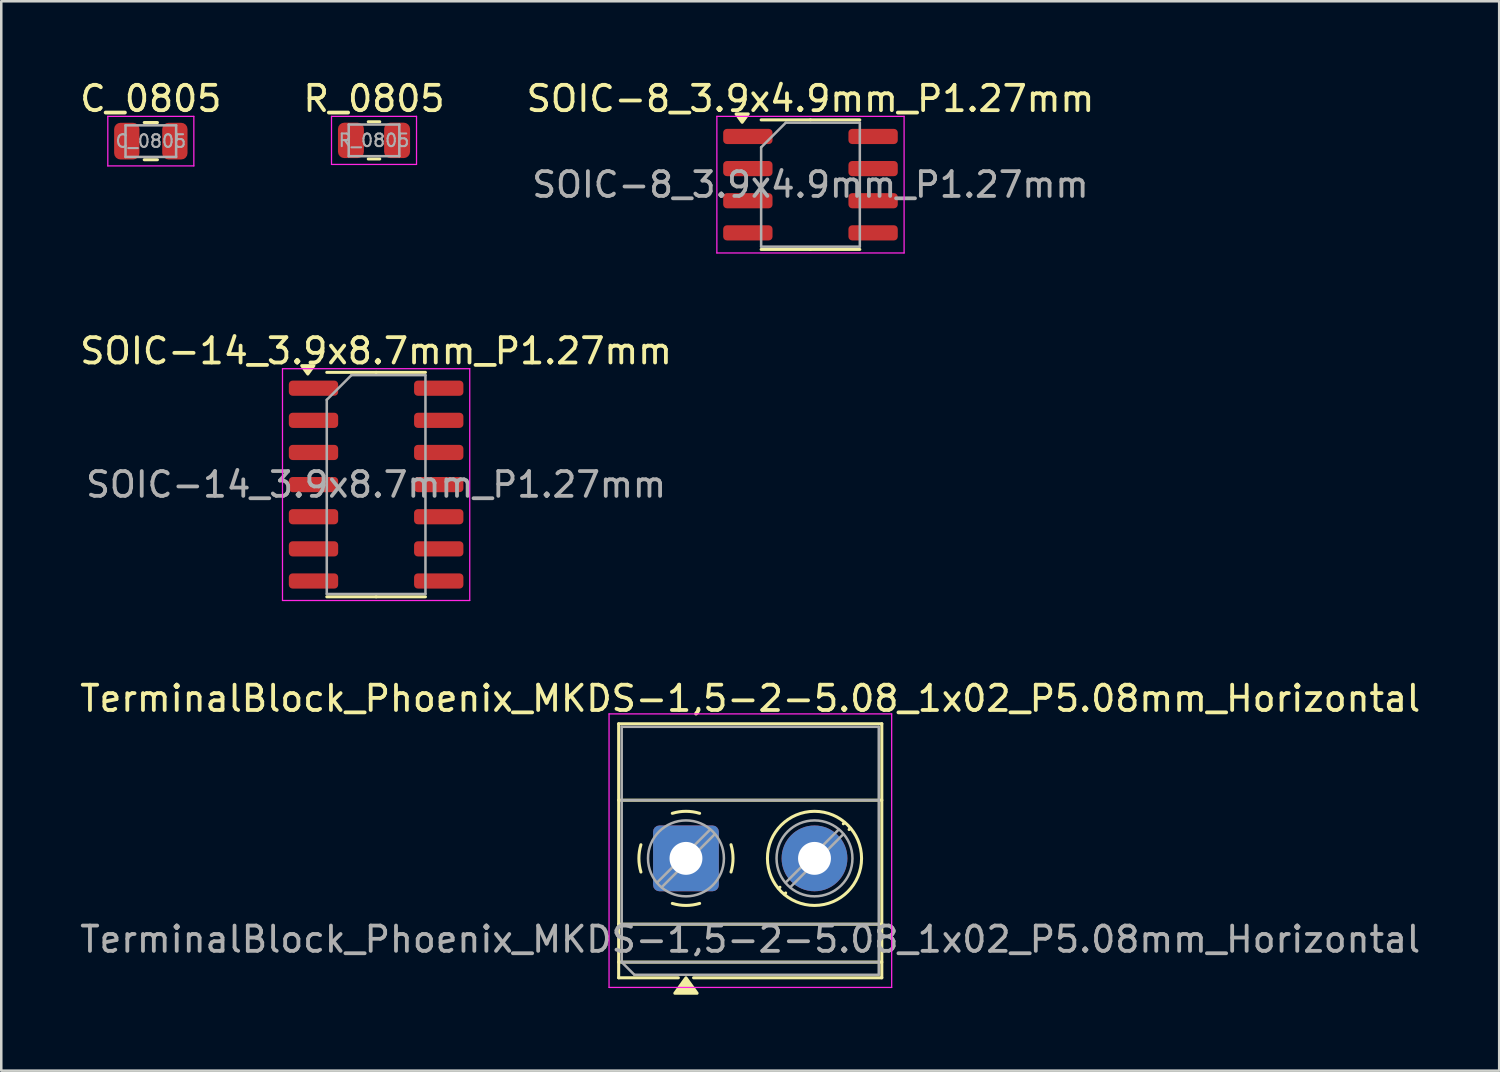
<source format=kicad_pcb>
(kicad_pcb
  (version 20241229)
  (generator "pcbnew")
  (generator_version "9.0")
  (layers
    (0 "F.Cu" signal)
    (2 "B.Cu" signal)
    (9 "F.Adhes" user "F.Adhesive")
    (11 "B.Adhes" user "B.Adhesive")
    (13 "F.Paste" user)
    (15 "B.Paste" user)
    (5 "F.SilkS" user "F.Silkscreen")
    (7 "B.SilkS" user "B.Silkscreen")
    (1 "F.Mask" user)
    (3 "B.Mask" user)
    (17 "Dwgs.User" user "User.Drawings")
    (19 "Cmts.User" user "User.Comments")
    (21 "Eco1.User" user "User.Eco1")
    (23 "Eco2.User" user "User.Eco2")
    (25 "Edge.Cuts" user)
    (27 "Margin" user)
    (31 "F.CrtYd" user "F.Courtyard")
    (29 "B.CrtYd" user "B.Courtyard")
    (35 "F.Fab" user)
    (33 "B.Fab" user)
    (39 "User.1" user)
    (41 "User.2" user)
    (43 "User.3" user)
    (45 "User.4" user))
  (footprint "C_0805"
    (layer "F.Cu")
    (at 2.911 2.528)
    (property "Reference" "C_0805" (at 0 -1.68 0) (layer "F.SilkS") (effects (font (size 1 1) (thickness 0.15))))
    (attr smd)
    (fp_line (start -0.261 -0.735) (end 0.261 -0.735) (stroke (width 0.12) (type solid)) (layer "F.SilkS"))
    (fp_line (start -0.261 0.735) (end 0.261 0.735) (stroke (width 0.12) (type solid)) (layer "F.SilkS"))
    (fp_line (start -1.7 -0.98) (end 1.7 -0.98) (stroke (width 0.05) (type solid)) (layer "F.CrtYd"))
    (fp_line (start -1.7 0.98) (end -1.7 -0.98) (stroke (width 0.05) (type solid)) (layer "F.CrtYd"))
    (fp_line (start 1.7 -0.98) (end 1.7 0.98) (stroke (width 0.05) (type solid)) (layer "F.CrtYd"))
    (fp_line (start 1.7 0.98) (end -1.7 0.98) (stroke (width 0.05) (type solid)) (layer "F.CrtYd"))
    (fp_line (start -1 -0.625) (end 1 -0.625) (stroke (width 0.1) (type solid)) (layer "F.Fab"))
    (fp_line (start -1 0.625) (end -1 -0.625) (stroke (width 0.1) (type solid)) (layer "F.Fab"))
    (fp_line (start 1 -0.625) (end 1 0.625) (stroke (width 0.1) (type solid)) (layer "F.Fab"))
    (fp_line (start 1 0.625) (end -1 0.625) (stroke (width 0.1) (type solid)) (layer "F.Fab"))
    (fp_text user "${REFERENCE}" (at 0 0 0) (layer "F.Fab") (effects (font (size 0.5 0.5) (thickness 0.08))))
    (pad "1" smd roundrect (at -0.95 0) (size 1 1.45) (layers "F.Cu" "F.Mask" "F.Paste") (roundrect_rratio 0.25))
    (pad "2" smd roundrect (at 0.95 0) (size 1 1.45) (layers "F.Cu" "F.Mask" "F.Paste") (roundrect_rratio 0.25)))
  (footprint "SOIC-8_3.9x4.9mm_P1.27mm"
    (layer "F.Cu")
    (at 28.982 4.248)
    (property "Reference" "SOIC-8_3.9x4.9mm_P1.27mm" (at 0 -3.4 0) (layer "F.SilkS") (effects (font (size 1 1) (thickness 0.15))))
    (attr smd)
    (fp_line (start 0 -2.56) (end -1.95 -2.56) (stroke (width 0.12) (type solid)) (layer "F.SilkS"))
    (fp_line (start 0 -2.56) (end 1.95 -2.56) (stroke (width 0.12) (type solid)) (layer "F.SilkS"))
    (fp_line (start 0 2.56) (end -1.95 2.56) (stroke (width 0.12) (type solid)) (layer "F.SilkS"))
    (fp_line (start 0 2.56) (end 1.95 2.56) (stroke (width 0.12) (type solid)) (layer "F.SilkS"))
    (fp_poly (pts (xy -2.7 -2.465) (xy -2.94 -2.795) (xy -2.46 -2.795) (xy -2.7 -2.465)) (stroke (width 0.12) (type solid)) (fill yes) (layer "F.SilkS"))
    (fp_line (start -3.7 -2.7) (end -3.7 2.7) (stroke (width 0.05) (type solid)) (layer "F.CrtYd"))
    (fp_line (start -3.7 2.7) (end 3.7 2.7) (stroke (width 0.05) (type solid)) (layer "F.CrtYd"))
    (fp_line (start 3.7 -2.7) (end -3.7 -2.7) (stroke (width 0.05) (type solid)) (layer "F.CrtYd"))
    (fp_line (start 3.7 2.7) (end 3.7 -2.7) (stroke (width 0.05) (type solid)) (layer "F.CrtYd"))
    (fp_line (start -1.95 -1.475) (end -0.975 -2.45) (stroke (width 0.1) (type solid)) (layer "F.Fab"))
    (fp_line (start -1.95 2.45) (end -1.95 -1.475) (stroke (width 0.1) (type solid)) (layer "F.Fab"))
    (fp_line (start -0.975 -2.45) (end 1.95 -2.45) (stroke (width 0.1) (type solid)) (layer "F.Fab"))
    (fp_line (start 1.95 -2.45) (end 1.95 2.45) (stroke (width 0.1) (type solid)) (layer "F.Fab"))
    (fp_line (start 1.95 2.45) (end -1.95 2.45) (stroke (width 0.1) (type solid)) (layer "F.Fab"))
    (fp_text user "${REFERENCE}" (at 0 0 0) (layer "F.Fab") (effects (font (size 0.98 0.98) (thickness 0.15))))
    (pad "1" smd roundrect (at -2.475 -1.905) (size 1.95 0.6) (layers "F.Cu" "F.Mask" "F.Paste") (roundrect_rratio 0.25))
    (pad "2" smd roundrect (at -2.475 -0.635) (size 1.95 0.6) (layers "F.Cu" "F.Mask" "F.Paste") (roundrect_rratio 0.25))
    (pad "3" smd roundrect (at -2.475 0.635) (size 1.95 0.6) (layers "F.Cu" "F.Mask" "F.Paste") (roundrect_rratio 0.25))
    (pad "4" smd roundrect (at -2.475 1.905) (size 1.95 0.6) (layers "F.Cu" "F.Mask" "F.Paste") (roundrect_rratio 0.25))
    (pad "5" smd roundrect (at 2.475 1.905) (size 1.95 0.6) (layers "F.Cu" "F.Mask" "F.Paste") (roundrect_rratio 0.25))
    (pad "6" smd roundrect (at 2.475 0.635) (size 1.95 0.6) (layers "F.Cu" "F.Mask" "F.Paste") (roundrect_rratio 0.25))
    (pad "7" smd roundrect (at 2.475 -0.635) (size 1.95 0.6) (layers "F.Cu" "F.Mask" "F.Paste") (roundrect_rratio 0.25))
    (pad "8" smd roundrect (at 2.475 -1.905) (size 1.95 0.6) (layers "F.Cu" "F.Mask" "F.Paste") (roundrect_rratio 0.25)))
  (footprint "TerminalBlock_Phoenix_MKDS-1,5-2-5.08_1x02_P5.08mm_Horizontal"
    (layer "F.Cu")
    (at 24.061 30.875)
    (property "Reference" "TerminalBlock_Phoenix_MKDS-1,5-2-5.08_1x02_P5.08mm_Horizontal" (at 2.54 -6.32 0) (layer "F.SilkS") (effects (font (size 1 1) (thickness 0.15))))
    (attr through_hole)
    (fp_line (start -2.66 -5.32) (end -2.66 4.72) (stroke (width 0.12) (type solid)) (layer "F.SilkS"))
    (fp_line (start -2.66 -5.32) (end 7.74 -5.32) (stroke (width 0.12) (type solid)) (layer "F.SilkS"))
    (fp_line (start -2.66 -2.3) (end 7.74 -2.3) (stroke (width 0.12) (type solid)) (layer "F.SilkS"))
    (fp_line (start -2.66 2.6) (end 7.74 2.6) (stroke (width 0.12) (type solid)) (layer "F.SilkS"))
    (fp_line (start -2.66 4.1) (end 7.74 4.1) (stroke (width 0.12) (type solid)) (layer "F.SilkS"))
    (fp_line (start -2.66 4.72) (end -0.3 4.72) (stroke (width 0.12) (type solid)) (layer "F.SilkS"))
    (fp_line (start 0.3 4.72) (end 7.74 4.72) (stroke (width 0.12) (type solid)) (layer "F.SilkS"))
    (fp_line (start 3.713 1.14) (end 3.669 1.183) (stroke (width 0.12) (type solid)) (layer "F.SilkS"))
    (fp_line (start 3.94 1.367) (end 3.896 1.41) (stroke (width 0.12) (type solid)) (layer "F.SilkS"))
    (fp_line (start 6.264 -1.411) (end 6.22 -1.367) (stroke (width 0.12) (type solid)) (layer "F.SilkS"))
    (fp_line (start 6.491 -1.184) (end 6.447 -1.14) (stroke (width 0.12) (type solid)) (layer "F.SilkS"))
    (fp_line (start 7.74 -5.32) (end 7.74 4.72) (stroke (width 0.12) (type solid)) (layer "F.SilkS"))
    (fp_arc (start -1.78 0.54) (mid -1.860107 0.000355) (end -1.780206 -0.539321) (stroke (width 0.12) (type solid)) (layer "F.SilkS"))
    (fp_arc (start -0.54 -1.78) (mid -0.000355 -1.860107) (end 0.539321 -1.780206) (stroke (width 0.12) (type solid)) (layer "F.SilkS"))
    (fp_arc (start 0.54 1.78) (mid 0.000355 1.860107) (end -0.539321 1.780206) (stroke (width 0.12) (type solid)) (layer "F.SilkS"))
    (fp_arc (start 1.78 -0.54) (mid 1.860107 -0.000355) (end 1.780206 0.539321) (stroke (width 0.12) (type solid)) (layer "F.SilkS"))
    (fp_circle (center 5.08 0) (end 6.94 0) (stroke (width 0.12) (type solid)) (fill no) (layer "F.SilkS"))
    (fp_poly (pts (xy 0 4.72) (xy 0.44 5.33) (xy -0.44 5.33) (xy 0 4.72)) (stroke (width 0.12) (type solid)) (fill yes) (layer "F.SilkS"))
    (fp_line (start -3.04 -5.71) (end -3.04 5.1) (stroke (width 0.05) (type solid)) (layer "F.CrtYd"))
    (fp_line (start -3.04 5.1) (end 8.13 5.1) (stroke (width 0.05) (type solid)) (layer "F.CrtYd"))
    (fp_line (start 8.13 -5.71) (end -3.04 -5.71) (stroke (width 0.05) (type solid)) (layer "F.CrtYd"))
    (fp_line (start 8.13 5.1) (end 8.13 -5.71) (stroke (width 0.05) (type solid)) (layer "F.CrtYd"))
    (fp_line (start -2.54 -5.2) (end 7.62 -5.2) (stroke (width 0.1) (type solid)) (layer "F.Fab"))
    (fp_line (start -2.54 -2.3) (end 7.62 -2.3) (stroke (width 0.1) (type solid)) (layer "F.Fab"))
    (fp_line (start -2.54 2.6) (end 7.62 2.6) (stroke (width 0.1) (type solid)) (layer "F.Fab"))
    (fp_line (start -2.54 4.1) (end -2.54 -5.2) (stroke (width 0.1) (type solid)) (layer "F.Fab"))
    (fp_line (start -2.54 4.1) (end 7.62 4.1) (stroke (width 0.1) (type solid)) (layer "F.Fab"))
    (fp_line (start -2.04 4.6) (end -2.54 4.1) (stroke (width 0.1) (type solid)) (layer "F.Fab"))
    (fp_line (start 0.955 -1.138) (end -1.138 0.954) (stroke (width 0.1) (type solid)) (layer "F.Fab"))
    (fp_line (start 1.138 -0.954) (end -0.955 1.137) (stroke (width 0.1) (type solid)) (layer "F.Fab"))
    (fp_line (start 6.035 -1.138) (end 3.942 0.954) (stroke (width 0.1) (type solid)) (layer "F.Fab"))
    (fp_line (start 6.218 -0.954) (end 4.125 1.137) (stroke (width 0.1) (type solid)) (layer "F.Fab"))
    (fp_line (start 7.62 -5.2) (end 7.62 4.6) (stroke (width 0.1) (type solid)) (layer "F.Fab"))
    (fp_line (start 7.62 4.6) (end -2.04 4.6) (stroke (width 0.1) (type solid)) (layer "F.Fab"))
    (fp_circle (center 0 0) (end 1.5 0) (stroke (width 0.1) (type solid)) (fill no) (layer "F.Fab"))
    (fp_circle (center 5.08 0) (end 6.58 0) (stroke (width 0.1) (type solid)) (fill no) (layer "F.Fab"))
    (fp_text user "${REFERENCE}" (at 2.54 3.2 0) (layer "F.Fab") (effects (font (size 1 1) (thickness 0.15))))
    (pad "1" thru_hole roundrect (at 0 0) (size 2.6 2.6) (drill 1.3) (layers "*.Cu" "*.Mask") (roundrect_rratio 0.096))
    (pad "2" thru_hole circle (at 5.08 0) (size 2.6 2.6) (drill 1.3) (layers "*.Cu" "*.Mask")))
  (footprint "SOIC-14_3.9x8.7mm_P1.27mm"
    (layer "F.Cu")
    (at 11.815 16.102)
    (property "Reference" "SOIC-14_3.9x8.7mm_P1.27mm" (at 0 -5.28 0) (layer "F.SilkS") (effects (font (size 1 1) (thickness 0.15))))
    (attr smd)
    (fp_line (start 0 -4.435) (end -1.95 -4.435) (stroke (width 0.12) (type solid)) (layer "F.SilkS"))
    (fp_line (start 0 -4.435) (end 1.95 -4.435) (stroke (width 0.12) (type solid)) (layer "F.SilkS"))
    (fp_line (start 0 4.435) (end -1.95 4.435) (stroke (width 0.12) (type solid)) (layer "F.SilkS"))
    (fp_line (start 0 4.435) (end 1.95 4.435) (stroke (width 0.12) (type solid)) (layer "F.SilkS"))
    (fp_poly (pts (xy -2.7 -4.37) (xy -2.94 -4.7) (xy -2.46 -4.7) (xy -2.7 -4.37)) (stroke (width 0.12) (type solid)) (fill yes) (layer "F.SilkS"))
    (fp_line (start -3.7 -4.58) (end -3.7 4.58) (stroke (width 0.05) (type solid)) (layer "F.CrtYd"))
    (fp_line (start -3.7 4.58) (end 3.7 4.58) (stroke (width 0.05) (type solid)) (layer "F.CrtYd"))
    (fp_line (start 3.7 -4.58) (end -3.7 -4.58) (stroke (width 0.05) (type solid)) (layer "F.CrtYd"))
    (fp_line (start 3.7 4.58) (end 3.7 -4.58) (stroke (width 0.05) (type solid)) (layer "F.CrtYd"))
    (fp_line (start -1.95 -3.35) (end -0.975 -4.325) (stroke (width 0.1) (type solid)) (layer "F.Fab"))
    (fp_line (start -1.95 4.325) (end -1.95 -3.35) (stroke (width 0.1) (type solid)) (layer "F.Fab"))
    (fp_line (start -0.975 -4.325) (end 1.95 -4.325) (stroke (width 0.1) (type solid)) (layer "F.Fab"))
    (fp_line (start 1.95 -4.325) (end 1.95 4.325) (stroke (width 0.1) (type solid)) (layer "F.Fab"))
    (fp_line (start 1.95 4.325) (end -1.95 4.325) (stroke (width 0.1) (type solid)) (layer "F.Fab"))
    (fp_text user "${REFERENCE}" (at 0 0 0) (layer "F.Fab") (effects (font (size 0.98 0.98) (thickness 0.15))))
    (pad "1" smd roundrect (at -2.475 -3.81) (size 1.95 0.6) (layers "F.Cu" "F.Mask" "F.Paste") (roundrect_rratio 0.25))
    (pad "2" smd roundrect (at -2.475 -2.54) (size 1.95 0.6) (layers "F.Cu" "F.Mask" "F.Paste") (roundrect_rratio 0.25))
    (pad "3" smd roundrect (at -2.475 -1.27) (size 1.95 0.6) (layers "F.Cu" "F.Mask" "F.Paste") (roundrect_rratio 0.25))
    (pad "4" smd roundrect (at -2.475 0) (size 1.95 0.6) (layers "F.Cu" "F.Mask" "F.Paste") (roundrect_rratio 0.25))
    (pad "5" smd roundrect (at -2.475 1.27) (size 1.95 0.6) (layers "F.Cu" "F.Mask" "F.Paste") (roundrect_rratio 0.25))
    (pad "6" smd roundrect (at -2.475 2.54) (size 1.95 0.6) (layers "F.Cu" "F.Mask" "F.Paste") (roundrect_rratio 0.25))
    (pad "7" smd roundrect (at -2.475 3.81) (size 1.95 0.6) (layers "F.Cu" "F.Mask" "F.Paste") (roundrect_rratio 0.25))
    (pad "8" smd roundrect (at 2.475 3.81) (size 1.95 0.6) (layers "F.Cu" "F.Mask" "F.Paste") (roundrect_rratio 0.25))
    (pad "9" smd roundrect (at 2.475 2.54) (size 1.95 0.6) (layers "F.Cu" "F.Mask" "F.Paste") (roundrect_rratio 0.25))
    (pad "10" smd roundrect (at 2.475 1.27) (size 1.95 0.6) (layers "F.Cu" "F.Mask" "F.Paste") (roundrect_rratio 0.25))
    (pad "11" smd roundrect (at 2.475 0) (size 1.95 0.6) (layers "F.Cu" "F.Mask" "F.Paste") (roundrect_rratio 0.25))
    (pad "12" smd roundrect (at 2.475 -1.27) (size 1.95 0.6) (layers "F.Cu" "F.Mask" "F.Paste") (roundrect_rratio 0.25))
    (pad "13" smd roundrect (at 2.475 -2.54) (size 1.95 0.6) (layers "F.Cu" "F.Mask" "F.Paste") (roundrect_rratio 0.25))
    (pad "14" smd roundrect (at 2.475 -3.81) (size 1.95 0.6) (layers "F.Cu" "F.Mask" "F.Paste") (roundrect_rratio 0.25)))
  (footprint "R_0805"
    (layer "F.Cu")
    (at 11.732 2.498)
    (property "Reference" "R_0805" (at 0 -1.65 0) (layer "F.SilkS") (effects (font (size 1 1) (thickness 0.15))))
    (attr smd)
    (fp_line (start -0.227 -0.735) (end 0.227 -0.735) (stroke (width 0.12) (type solid)) (layer "F.SilkS"))
    (fp_line (start -0.227 0.735) (end 0.227 0.735) (stroke (width 0.12) (type solid)) (layer "F.SilkS"))
    (fp_line (start -1.68 -0.95) (end 1.68 -0.95) (stroke (width 0.05) (type solid)) (layer "F.CrtYd"))
    (fp_line (start -1.68 0.95) (end -1.68 -0.95) (stroke (width 0.05) (type solid)) (layer "F.CrtYd"))
    (fp_line (start 1.68 -0.95) (end 1.68 0.95) (stroke (width 0.05) (type solid)) (layer "F.CrtYd"))
    (fp_line (start 1.68 0.95) (end -1.68 0.95) (stroke (width 0.05) (type solid)) (layer "F.CrtYd"))
    (fp_line (start -1 -0.625) (end 1 -0.625) (stroke (width 0.1) (type solid)) (layer "F.Fab"))
    (fp_line (start -1 0.625) (end -1 -0.625) (stroke (width 0.1) (type solid)) (layer "F.Fab"))
    (fp_line (start 1 -0.625) (end 1 0.625) (stroke (width 0.1) (type solid)) (layer "F.Fab"))
    (fp_line (start 1 0.625) (end -1 0.625) (stroke (width 0.1) (type solid)) (layer "F.Fab"))
    (fp_text user "${REFERENCE}" (at 0 0 0) (layer "F.Fab") (effects (font (size 0.5 0.5) (thickness 0.08))))
    (pad "1" smd roundrect (at -0.912 0) (size 1.025 1.4) (layers "F.Cu" "F.Mask" "F.Paste") (roundrect_rratio 0.244))
    (pad "2" smd roundrect (at 0.912 0) (size 1.025 1.4) (layers "F.Cu" "F.Mask" "F.Paste") (roundrect_rratio 0.244)))
  (gr_rect
    (start -3 -3)
    (end 56.202 39.265)
    (stroke (width 0.1) (type default))
    (fill no)
    (layer "Edge.Cuts")))
</source>
